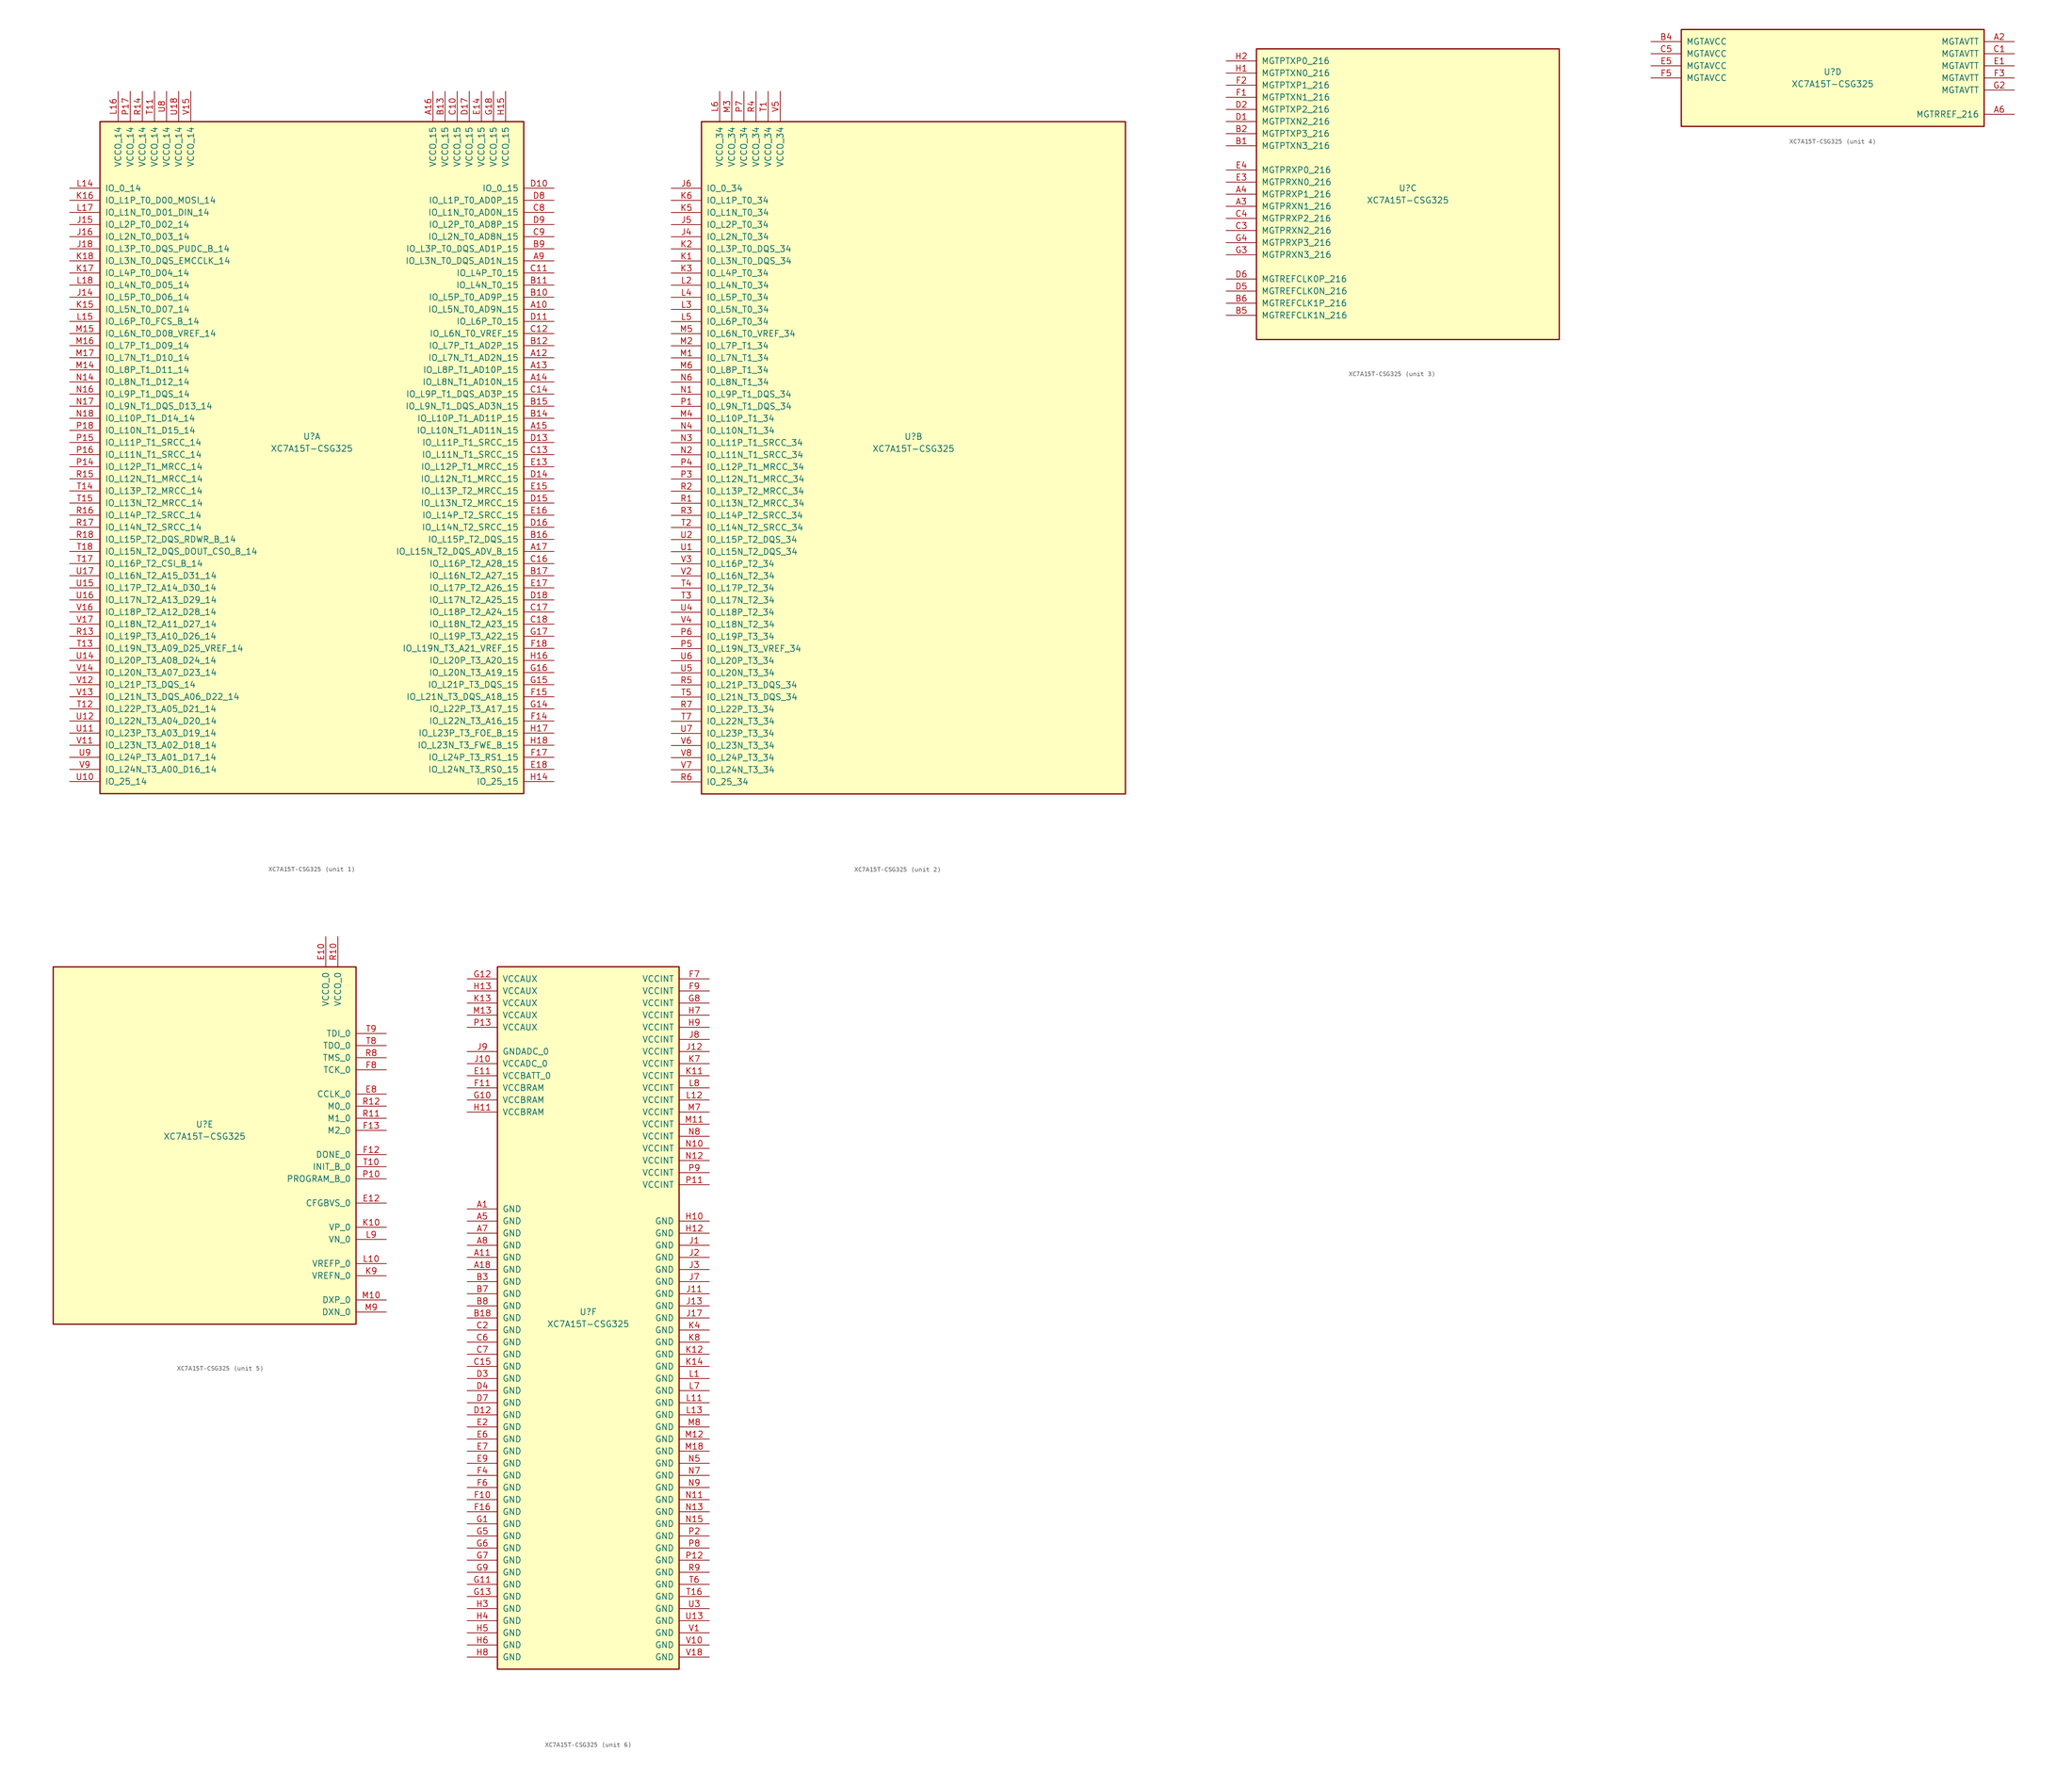
<source format=kicad_sym>
(kicad_symbol_lib
  (version 20231120)
  (generator "kicad_symbol_editor")
  (generator_version "8.0")
  (symbol "XC7A15T-CSG325"
    (pin_names
      (offset 1.016))
    (property "Reference" "U"
      (at 0 1.27 0)
      (effects (font (size 1.27 1.27))))
    (property "Value" "XC7A15T-CSG325"
      (at 0 -1.27 0)
      (effects (font (size 1.27 1.27))))
    (property "Datasheet" ""
      (at 0 0 0)
      (effects (font (size 1.27 1.27))))
    (property "ki_locked" ""
      (at 0 0 0)
      (effects (font (size 1.27 1.27))))
    (symbol "XC7A15T-CSG325_1_1"
      (rectangle (start -44.45 67.31) (end 44.45 -73.66) (stroke (width 0.254) (type default)) (fill (type background)))
      (pin bidirectional line (at 50.8 27.94 180) (length 6.35) (name "IO_L5N_T0_AD9N_15" (effects (font (size 1.27 1.27)))) (number "A10" (effects (font (size 1.27 1.27)))))
      (pin bidirectional line (at 50.8 17.78 180) (length 6.35) (name "IO_L7N_T1_AD2N_15" (effects (font (size 1.27 1.27)))) (number "A12" (effects (font (size 1.27 1.27)))))
      (pin bidirectional line (at 50.8 15.24 180) (length 6.35) (name "IO_L8P_T1_AD10P_15" (effects (font (size 1.27 1.27)))) (number "A13" (effects (font (size 1.27 1.27)))))
      (pin bidirectional line (at 50.8 12.7 180) (length 6.35) (name "IO_L8N_T1_AD10N_15" (effects (font (size 1.27 1.27)))) (number "A14" (effects (font (size 1.27 1.27)))))
      (pin bidirectional line (at 50.8 2.54 180) (length 6.35) (name "IO_L10N_T1_AD11N_15" (effects (font (size 1.27 1.27)))) (number "A15" (effects (font (size 1.27 1.27)))))
      (pin power_in line (at 25.4 73.66 270) (length 6.35) (name "VCCO_15" (effects (font (size 1.27 1.27)))) (number "A16" (effects (font (size 1.27 1.27)))))
      (pin bidirectional line (at 50.8 -22.86 180) (length 6.35) (name "IO_L15N_T2_DQS_ADV_B_15" (effects (font (size 1.27 1.27)))) (number "A17" (effects (font (size 1.27 1.27)))))
      (pin bidirectional line (at 50.8 38.1 180) (length 6.35) (name "IO_L3N_T0_DQS_AD1N_15" (effects (font (size 1.27 1.27)))) (number "A9" (effects (font (size 1.27 1.27)))))
      (pin bidirectional line (at 50.8 30.48 180) (length 6.35) (name "IO_L5P_T0_AD9P_15" (effects (font (size 1.27 1.27)))) (number "B10" (effects (font (size 1.27 1.27)))))
      (pin bidirectional line (at 50.8 33.02 180) (length 6.35) (name "IO_L4N_T0_15" (effects (font (size 1.27 1.27)))) (number "B11" (effects (font (size 1.27 1.27)))))
      (pin bidirectional line (at 50.8 20.32 180) (length 6.35) (name "IO_L7P_T1_AD2P_15" (effects (font (size 1.27 1.27)))) (number "B12" (effects (font (size 1.27 1.27)))))
      (pin power_in line (at 27.94 73.66 270) (length 6.35) (name "VCCO_15" (effects (font (size 1.27 1.27)))) (number "B13" (effects (font (size 1.27 1.27)))))
      (pin bidirectional line (at 50.8 5.08 180) (length 6.35) (name "IO_L10P_T1_AD11P_15" (effects (font (size 1.27 1.27)))) (number "B14" (effects (font (size 1.27 1.27)))))
      (pin bidirectional line (at 50.8 7.62 180) (length 6.35) (name "IO_L9N_T1_DQS_AD3N_15" (effects (font (size 1.27 1.27)))) (number "B15" (effects (font (size 1.27 1.27)))))
      (pin bidirectional line (at 50.8 -20.32 180) (length 6.35) (name "IO_L15P_T2_DQS_15" (effects (font (size 1.27 1.27)))) (number "B16" (effects (font (size 1.27 1.27)))))
      (pin bidirectional line (at 50.8 -27.94 180) (length 6.35) (name "IO_L16N_T2_A27_15" (effects (font (size 1.27 1.27)))) (number "B17" (effects (font (size 1.27 1.27)))))
      (pin bidirectional line (at 50.8 40.64 180) (length 6.35) (name "IO_L3P_T0_DQS_AD1P_15" (effects (font (size 1.27 1.27)))) (number "B9" (effects (font (size 1.27 1.27)))))
      (pin power_in line (at 30.48 73.66 270) (length 6.35) (name "VCCO_15" (effects (font (size 1.27 1.27)))) (number "C10" (effects (font (size 1.27 1.27)))))
      (pin bidirectional line (at 50.8 35.56 180) (length 6.35) (name "IO_L4P_T0_15" (effects (font (size 1.27 1.27)))) (number "C11" (effects (font (size 1.27 1.27)))))
      (pin bidirectional line (at 50.8 22.86 180) (length 6.35) (name "IO_L6N_T0_VREF_15" (effects (font (size 1.27 1.27)))) (number "C12" (effects (font (size 1.27 1.27)))))
      (pin bidirectional line (at 50.8 -2.54 180) (length 6.35) (name "IO_L11N_T1_SRCC_15" (effects (font (size 1.27 1.27)))) (number "C13" (effects (font (size 1.27 1.27)))))
      (pin bidirectional line (at 50.8 10.16 180) (length 6.35) (name "IO_L9P_T1_DQS_AD3P_15" (effects (font (size 1.27 1.27)))) (number "C14" (effects (font (size 1.27 1.27)))))
      (pin bidirectional line (at 50.8 -25.4 180) (length 6.35) (name "IO_L16P_T2_A28_15" (effects (font (size 1.27 1.27)))) (number "C16" (effects (font (size 1.27 1.27)))))
      (pin bidirectional line (at 50.8 -35.56 180) (length 6.35) (name "IO_L18P_T2_A24_15" (effects (font (size 1.27 1.27)))) (number "C17" (effects (font (size 1.27 1.27)))))
      (pin bidirectional line (at 50.8 -38.1 180) (length 6.35) (name "IO_L18N_T2_A23_15" (effects (font (size 1.27 1.27)))) (number "C18" (effects (font (size 1.27 1.27)))))
      (pin bidirectional line (at 50.8 48.26 180) (length 6.35) (name "IO_L1N_T0_AD0N_15" (effects (font (size 1.27 1.27)))) (number "C8" (effects (font (size 1.27 1.27)))))
      (pin bidirectional line (at 50.8 43.18 180) (length 6.35) (name "IO_L2N_T0_AD8N_15" (effects (font (size 1.27 1.27)))) (number "C9" (effects (font (size 1.27 1.27)))))
      (pin bidirectional line (at 50.8 53.34 180) (length 6.35) (name "IO_0_15" (effects (font (size 1.27 1.27)))) (number "D10" (effects (font (size 1.27 1.27)))))
      (pin bidirectional line (at 50.8 25.4 180) (length 6.35) (name "IO_L6P_T0_15" (effects (font (size 1.27 1.27)))) (number "D11" (effects (font (size 1.27 1.27)))))
      (pin bidirectional line (at 50.8 0 180) (length 6.35) (name "IO_L11P_T1_SRCC_15" (effects (font (size 1.27 1.27)))) (number "D13" (effects (font (size 1.27 1.27)))))
      (pin bidirectional line (at 50.8 -7.62 180) (length 6.35) (name "IO_L12N_T1_MRCC_15" (effects (font (size 1.27 1.27)))) (number "D14" (effects (font (size 1.27 1.27)))))
      (pin bidirectional line (at 50.8 -12.7 180) (length 6.35) (name "IO_L13N_T2_MRCC_15" (effects (font (size 1.27 1.27)))) (number "D15" (effects (font (size 1.27 1.27)))))
      (pin bidirectional line (at 50.8 -17.78 180) (length 6.35) (name "IO_L14N_T2_SRCC_15" (effects (font (size 1.27 1.27)))) (number "D16" (effects (font (size 1.27 1.27)))))
      (pin power_in line (at 33.02 73.66 270) (length 6.35) (name "VCCO_15" (effects (font (size 1.27 1.27)))) (number "D17" (effects (font (size 1.27 1.27)))))
      (pin bidirectional line (at 50.8 -33.02 180) (length 6.35) (name "IO_L17N_T2_A25_15" (effects (font (size 1.27 1.27)))) (number "D18" (effects (font (size 1.27 1.27)))))
      (pin bidirectional line (at 50.8 50.8 180) (length 6.35) (name "IO_L1P_T0_AD0P_15" (effects (font (size 1.27 1.27)))) (number "D8" (effects (font (size 1.27 1.27)))))
      (pin bidirectional line (at 50.8 45.72 180) (length 6.35) (name "IO_L2P_T0_AD8P_15" (effects (font (size 1.27 1.27)))) (number "D9" (effects (font (size 1.27 1.27)))))
      (pin bidirectional line (at 50.8 -5.08 180) (length 6.35) (name "IO_L12P_T1_MRCC_15" (effects (font (size 1.27 1.27)))) (number "E13" (effects (font (size 1.27 1.27)))))
      (pin power_in line (at 35.56 73.66 270) (length 6.35) (name "VCCO_15" (effects (font (size 1.27 1.27)))) (number "E14" (effects (font (size 1.27 1.27)))))
      (pin bidirectional line (at 50.8 -10.16 180) (length 6.35) (name "IO_L13P_T2_MRCC_15" (effects (font (size 1.27 1.27)))) (number "E15" (effects (font (size 1.27 1.27)))))
      (pin bidirectional line (at 50.8 -15.24 180) (length 6.35) (name "IO_L14P_T2_SRCC_15" (effects (font (size 1.27 1.27)))) (number "E16" (effects (font (size 1.27 1.27)))))
      (pin bidirectional line (at 50.8 -30.48 180) (length 6.35) (name "IO_L17P_T2_A26_15" (effects (font (size 1.27 1.27)))) (number "E17" (effects (font (size 1.27 1.27)))))
      (pin bidirectional line (at 50.8 -68.58 180) (length 6.35) (name "IO_L24N_T3_RS0_15" (effects (font (size 1.27 1.27)))) (number "E18" (effects (font (size 1.27 1.27)))))
      (pin bidirectional line (at 50.8 -58.42 180) (length 6.35) (name "IO_L22N_T3_A16_15" (effects (font (size 1.27 1.27)))) (number "F14" (effects (font (size 1.27 1.27)))))
      (pin bidirectional line (at 50.8 -53.34 180) (length 6.35) (name "IO_L21N_T3_DQS_A18_15" (effects (font (size 1.27 1.27)))) (number "F15" (effects (font (size 1.27 1.27)))))
      (pin bidirectional line (at 50.8 -66.04 180) (length 6.35) (name "IO_L24P_T3_RS1_15" (effects (font (size 1.27 1.27)))) (number "F17" (effects (font (size 1.27 1.27)))))
      (pin bidirectional line (at 50.8 -43.18 180) (length 6.35) (name "IO_L19N_T3_A21_VREF_15" (effects (font (size 1.27 1.27)))) (number "F18" (effects (font (size 1.27 1.27)))))
      (pin bidirectional line (at 50.8 -55.88 180) (length 6.35) (name "IO_L22P_T3_A17_15" (effects (font (size 1.27 1.27)))) (number "G14" (effects (font (size 1.27 1.27)))))
      (pin bidirectional line (at 50.8 -50.8 180) (length 6.35) (name "IO_L21P_T3_DQS_15" (effects (font (size 1.27 1.27)))) (number "G15" (effects (font (size 1.27 1.27)))))
      (pin bidirectional line (at 50.8 -48.26 180) (length 6.35) (name "IO_L20N_T3_A19_15" (effects (font (size 1.27 1.27)))) (number "G16" (effects (font (size 1.27 1.27)))))
      (pin bidirectional line (at 50.8 -40.64 180) (length 6.35) (name "IO_L19P_T3_A22_15" (effects (font (size 1.27 1.27)))) (number "G17" (effects (font (size 1.27 1.27)))))
      (pin power_in line (at 38.1 73.66 270) (length 6.35) (name "VCCO_15" (effects (font (size 1.27 1.27)))) (number "G18" (effects (font (size 1.27 1.27)))))
      (pin bidirectional line (at 50.8 -71.12 180) (length 6.35) (name "IO_25_15" (effects (font (size 1.27 1.27)))) (number "H14" (effects (font (size 1.27 1.27)))))
      (pin power_in line (at 40.64 73.66 270) (length 6.35) (name "VCCO_15" (effects (font (size 1.27 1.27)))) (number "H15" (effects (font (size 1.27 1.27)))))
      (pin bidirectional line (at 50.8 -45.72 180) (length 6.35) (name "IO_L20P_T3_A20_15" (effects (font (size 1.27 1.27)))) (number "H16" (effects (font (size 1.27 1.27)))))
      (pin bidirectional line (at 50.8 -60.96 180) (length 6.35) (name "IO_L23P_T3_FOE_B_15" (effects (font (size 1.27 1.27)))) (number "H17" (effects (font (size 1.27 1.27)))))
      (pin bidirectional line (at 50.8 -63.5 180) (length 6.35) (name "IO_L23N_T3_FWE_B_15" (effects (font (size 1.27 1.27)))) (number "H18" (effects (font (size 1.27 1.27)))))
      (pin bidirectional line (at -50.8 30.48 0) (length 6.35) (name "IO_L5P_T0_D06_14" (effects (font (size 1.27 1.27)))) (number "J14" (effects (font (size 1.27 1.27)))))
      (pin bidirectional line (at -50.8 45.72 0) (length 6.35) (name "IO_L2P_T0_D02_14" (effects (font (size 1.27 1.27)))) (number "J15" (effects (font (size 1.27 1.27)))))
      (pin bidirectional line (at -50.8 43.18 0) (length 6.35) (name "IO_L2N_T0_D03_14" (effects (font (size 1.27 1.27)))) (number "J16" (effects (font (size 1.27 1.27)))))
      (pin bidirectional line (at -50.8 40.64 0) (length 6.35) (name "IO_L3P_T0_DQS_PUDC_B_14" (effects (font (size 1.27 1.27)))) (number "J18" (effects (font (size 1.27 1.27)))))
      (pin bidirectional line (at -50.8 27.94 0) (length 6.35) (name "IO_L5N_T0_D07_14" (effects (font (size 1.27 1.27)))) (number "K15" (effects (font (size 1.27 1.27)))))
      (pin bidirectional line (at -50.8 50.8 0) (length 6.35) (name "IO_L1P_T0_D00_MOSI_14" (effects (font (size 1.27 1.27)))) (number "K16" (effects (font (size 1.27 1.27)))))
      (pin bidirectional line (at -50.8 35.56 0) (length 6.35) (name "IO_L4P_T0_D04_14" (effects (font (size 1.27 1.27)))) (number "K17" (effects (font (size 1.27 1.27)))))
      (pin bidirectional line (at -50.8 38.1 0) (length 6.35) (name "IO_L3N_T0_DQS_EMCCLK_14" (effects (font (size 1.27 1.27)))) (number "K18" (effects (font (size 1.27 1.27)))))
      (pin bidirectional line (at -50.8 53.34 0) (length 6.35) (name "IO_0_14" (effects (font (size 1.27 1.27)))) (number "L14" (effects (font (size 1.27 1.27)))))
      (pin bidirectional line (at -50.8 25.4 0) (length 6.35) (name "IO_L6P_T0_FCS_B_14" (effects (font (size 1.27 1.27)))) (number "L15" (effects (font (size 1.27 1.27)))))
      (pin power_in line (at -40.64 73.66 270) (length 6.35) (name "VCCO_14" (effects (font (size 1.27 1.27)))) (number "L16" (effects (font (size 1.27 1.27)))))
      (pin bidirectional line (at -50.8 48.26 0) (length 6.35) (name "IO_L1N_T0_D01_DIN_14" (effects (font (size 1.27 1.27)))) (number "L17" (effects (font (size 1.27 1.27)))))
      (pin bidirectional line (at -50.8 33.02 0) (length 6.35) (name "IO_L4N_T0_D05_14" (effects (font (size 1.27 1.27)))) (number "L18" (effects (font (size 1.27 1.27)))))
      (pin bidirectional line (at -50.8 15.24 0) (length 6.35) (name "IO_L8P_T1_D11_14" (effects (font (size 1.27 1.27)))) (number "M14" (effects (font (size 1.27 1.27)))))
      (pin bidirectional line (at -50.8 22.86 0) (length 6.35) (name "IO_L6N_T0_D08_VREF_14" (effects (font (size 1.27 1.27)))) (number "M15" (effects (font (size 1.27 1.27)))))
      (pin bidirectional line (at -50.8 20.32 0) (length 6.35) (name "IO_L7P_T1_D09_14" (effects (font (size 1.27 1.27)))) (number "M16" (effects (font (size 1.27 1.27)))))
      (pin bidirectional line (at -50.8 17.78 0) (length 6.35) (name "IO_L7N_T1_D10_14" (effects (font (size 1.27 1.27)))) (number "M17" (effects (font (size 1.27 1.27)))))
      (pin bidirectional line (at -50.8 12.7 0) (length 6.35) (name "IO_L8N_T1_D12_14" (effects (font (size 1.27 1.27)))) (number "N14" (effects (font (size 1.27 1.27)))))
      (pin bidirectional line (at -50.8 10.16 0) (length 6.35) (name "IO_L9P_T1_DQS_14" (effects (font (size 1.27 1.27)))) (number "N16" (effects (font (size 1.27 1.27)))))
      (pin bidirectional line (at -50.8 7.62 0) (length 6.35) (name "IO_L9N_T1_DQS_D13_14" (effects (font (size 1.27 1.27)))) (number "N17" (effects (font (size 1.27 1.27)))))
      (pin bidirectional line (at -50.8 5.08 0) (length 6.35) (name "IO_L10P_T1_D14_14" (effects (font (size 1.27 1.27)))) (number "N18" (effects (font (size 1.27 1.27)))))
      (pin bidirectional line (at -50.8 -5.08 0) (length 6.35) (name "IO_L12P_T1_MRCC_14" (effects (font (size 1.27 1.27)))) (number "P14" (effects (font (size 1.27 1.27)))))
      (pin bidirectional line (at -50.8 0 0) (length 6.35) (name "IO_L11P_T1_SRCC_14" (effects (font (size 1.27 1.27)))) (number "P15" (effects (font (size 1.27 1.27)))))
      (pin bidirectional line (at -50.8 -2.54 0) (length 6.35) (name "IO_L11N_T1_SRCC_14" (effects (font (size 1.27 1.27)))) (number "P16" (effects (font (size 1.27 1.27)))))
      (pin power_in line (at -38.1 73.66 270) (length 6.35) (name "VCCO_14" (effects (font (size 1.27 1.27)))) (number "P17" (effects (font (size 1.27 1.27)))))
      (pin bidirectional line (at -50.8 2.54 0) (length 6.35) (name "IO_L10N_T1_D15_14" (effects (font (size 1.27 1.27)))) (number "P18" (effects (font (size 1.27 1.27)))))
      (pin bidirectional line (at -50.8 -40.64 0) (length 6.35) (name "IO_L19P_T3_A10_D26_14" (effects (font (size 1.27 1.27)))) (number "R13" (effects (font (size 1.27 1.27)))))
      (pin power_in line (at -35.56 73.66 270) (length 6.35) (name "VCCO_14" (effects (font (size 1.27 1.27)))) (number "R14" (effects (font (size 1.27 1.27)))))
      (pin bidirectional line (at -50.8 -7.62 0) (length 6.35) (name "IO_L12N_T1_MRCC_14" (effects (font (size 1.27 1.27)))) (number "R15" (effects (font (size 1.27 1.27)))))
      (pin bidirectional line (at -50.8 -15.24 0) (length 6.35) (name "IO_L14P_T2_SRCC_14" (effects (font (size 1.27 1.27)))) (number "R16" (effects (font (size 1.27 1.27)))))
      (pin bidirectional line (at -50.8 -17.78 0) (length 6.35) (name "IO_L14N_T2_SRCC_14" (effects (font (size 1.27 1.27)))) (number "R17" (effects (font (size 1.27 1.27)))))
      (pin bidirectional line (at -50.8 -20.32 0) (length 6.35) (name "IO_L15P_T2_DQS_RDWR_B_14" (effects (font (size 1.27 1.27)))) (number "R18" (effects (font (size 1.27 1.27)))))
      (pin power_in line (at -33.02 73.66 270) (length 6.35) (name "VCCO_14" (effects (font (size 1.27 1.27)))) (number "T11" (effects (font (size 1.27 1.27)))))
      (pin bidirectional line (at -50.8 -55.88 0) (length 6.35) (name "IO_L22P_T3_A05_D21_14" (effects (font (size 1.27 1.27)))) (number "T12" (effects (font (size 1.27 1.27)))))
      (pin bidirectional line (at -50.8 -43.18 0) (length 6.35) (name "IO_L19N_T3_A09_D25_VREF_14" (effects (font (size 1.27 1.27)))) (number "T13" (effects (font (size 1.27 1.27)))))
      (pin bidirectional line (at -50.8 -10.16 0) (length 6.35) (name "IO_L13P_T2_MRCC_14" (effects (font (size 1.27 1.27)))) (number "T14" (effects (font (size 1.27 1.27)))))
      (pin bidirectional line (at -50.8 -12.7 0) (length 6.35) (name "IO_L13N_T2_MRCC_14" (effects (font (size 1.27 1.27)))) (number "T15" (effects (font (size 1.27 1.27)))))
      (pin bidirectional line (at -50.8 -25.4 0) (length 6.35) (name "IO_L16P_T2_CSI_B_14" (effects (font (size 1.27 1.27)))) (number "T17" (effects (font (size 1.27 1.27)))))
      (pin bidirectional line (at -50.8 -22.86 0) (length 6.35) (name "IO_L15N_T2_DQS_DOUT_CSO_B_14" (effects (font (size 1.27 1.27)))) (number "T18" (effects (font (size 1.27 1.27)))))
      (pin bidirectional line (at -50.8 -71.12 0) (length 6.35) (name "IO_25_14" (effects (font (size 1.27 1.27)))) (number "U10" (effects (font (size 1.27 1.27)))))
      (pin bidirectional line (at -50.8 -60.96 0) (length 6.35) (name "IO_L23P_T3_A03_D19_14" (effects (font (size 1.27 1.27)))) (number "U11" (effects (font (size 1.27 1.27)))))
      (pin bidirectional line (at -50.8 -58.42 0) (length 6.35) (name "IO_L22N_T3_A04_D20_14" (effects (font (size 1.27 1.27)))) (number "U12" (effects (font (size 1.27 1.27)))))
      (pin bidirectional line (at -50.8 -45.72 0) (length 6.35) (name "IO_L20P_T3_A08_D24_14" (effects (font (size 1.27 1.27)))) (number "U14" (effects (font (size 1.27 1.27)))))
      (pin bidirectional line (at -50.8 -30.48 0) (length 6.35) (name "IO_L17P_T2_A14_D30_14" (effects (font (size 1.27 1.27)))) (number "U15" (effects (font (size 1.27 1.27)))))
      (pin bidirectional line (at -50.8 -33.02 0) (length 6.35) (name "IO_L17N_T2_A13_D29_14" (effects (font (size 1.27 1.27)))) (number "U16" (effects (font (size 1.27 1.27)))))
      (pin bidirectional line (at -50.8 -27.94 0) (length 6.35) (name "IO_L16N_T2_A15_D31_14" (effects (font (size 1.27 1.27)))) (number "U17" (effects (font (size 1.27 1.27)))))
      (pin power_in line (at -27.94 73.66 270) (length 6.35) (name "VCCO_14" (effects (font (size 1.27 1.27)))) (number "U18" (effects (font (size 1.27 1.27)))))
      (pin power_in line (at -30.48 73.66 270) (length 6.35) (name "VCCO_14" (effects (font (size 1.27 1.27)))) (number "U8" (effects (font (size 1.27 1.27)))))
      (pin bidirectional line (at -50.8 -66.04 0) (length 6.35) (name "IO_L24P_T3_A01_D17_14" (effects (font (size 1.27 1.27)))) (number "U9" (effects (font (size 1.27 1.27)))))
      (pin bidirectional line (at -50.8 -63.5 0) (length 6.35) (name "IO_L23N_T3_A02_D18_14" (effects (font (size 1.27 1.27)))) (number "V11" (effects (font (size 1.27 1.27)))))
      (pin bidirectional line (at -50.8 -50.8 0) (length 6.35) (name "IO_L21P_T3_DQS_14" (effects (font (size 1.27 1.27)))) (number "V12" (effects (font (size 1.27 1.27)))))
      (pin bidirectional line (at -50.8 -53.34 0) (length 6.35) (name "IO_L21N_T3_DQS_A06_D22_14" (effects (font (size 1.27 1.27)))) (number "V13" (effects (font (size 1.27 1.27)))))
      (pin bidirectional line (at -50.8 -48.26 0) (length 6.35) (name "IO_L20N_T3_A07_D23_14" (effects (font (size 1.27 1.27)))) (number "V14" (effects (font (size 1.27 1.27)))))
      (pin power_in line (at -25.4 73.66 270) (length 6.35) (name "VCCO_14" (effects (font (size 1.27 1.27)))) (number "V15" (effects (font (size 1.27 1.27)))))
      (pin bidirectional line (at -50.8 -35.56 0) (length 6.35) (name "IO_L18P_T2_A12_D28_14" (effects (font (size 1.27 1.27)))) (number "V16" (effects (font (size 1.27 1.27)))))
      (pin bidirectional line (at -50.8 -38.1 0) (length 6.35) (name "IO_L18N_T2_A11_D27_14" (effects (font (size 1.27 1.27)))) (number "V17" (effects (font (size 1.27 1.27)))))
      (pin bidirectional line (at -50.8 -68.58 0) (length 6.35) (name "IO_L24N_T3_A00_D16_14" (effects (font (size 1.27 1.27)))) (number "V9" (effects (font (size 1.27 1.27))))))
    (symbol "XC7A15T-CSG325_2_1"
      (rectangle (start -44.45 67.31) (end 44.45 -73.66) (stroke (width 0.254) (type default)) (fill (type background)))
      (pin bidirectional line (at -50.8 43.18 0) (length 6.35) (name "IO_L2N_T0_34" (effects (font (size 1.27 1.27)))) (number "J4" (effects (font (size 1.27 1.27)))))
      (pin bidirectional line (at -50.8 45.72 0) (length 6.35) (name "IO_L2P_T0_34" (effects (font (size 1.27 1.27)))) (number "J5" (effects (font (size 1.27 1.27)))))
      (pin bidirectional line (at -50.8 53.34 0) (length 6.35) (name "IO_0_34" (effects (font (size 1.27 1.27)))) (number "J6" (effects (font (size 1.27 1.27)))))
      (pin bidirectional line (at -50.8 38.1 0) (length 6.35) (name "IO_L3N_T0_DQS_34" (effects (font (size 1.27 1.27)))) (number "K1" (effects (font (size 1.27 1.27)))))
      (pin bidirectional line (at -50.8 40.64 0) (length 6.35) (name "IO_L3P_T0_DQS_34" (effects (font (size 1.27 1.27)))) (number "K2" (effects (font (size 1.27 1.27)))))
      (pin bidirectional line (at -50.8 35.56 0) (length 6.35) (name "IO_L4P_T0_34" (effects (font (size 1.27 1.27)))) (number "K3" (effects (font (size 1.27 1.27)))))
      (pin bidirectional line (at -50.8 48.26 0) (length 6.35) (name "IO_L1N_T0_34" (effects (font (size 1.27 1.27)))) (number "K5" (effects (font (size 1.27 1.27)))))
      (pin bidirectional line (at -50.8 50.8 0) (length 6.35) (name "IO_L1P_T0_34" (effects (font (size 1.27 1.27)))) (number "K6" (effects (font (size 1.27 1.27)))))
      (pin bidirectional line (at -50.8 33.02 0) (length 6.35) (name "IO_L4N_T0_34" (effects (font (size 1.27 1.27)))) (number "L2" (effects (font (size 1.27 1.27)))))
      (pin bidirectional line (at -50.8 27.94 0) (length 6.35) (name "IO_L5N_T0_34" (effects (font (size 1.27 1.27)))) (number "L3" (effects (font (size 1.27 1.27)))))
      (pin bidirectional line (at -50.8 30.48 0) (length 6.35) (name "IO_L5P_T0_34" (effects (font (size 1.27 1.27)))) (number "L4" (effects (font (size 1.27 1.27)))))
      (pin bidirectional line (at -50.8 25.4 0) (length 6.35) (name "IO_L6P_T0_34" (effects (font (size 1.27 1.27)))) (number "L5" (effects (font (size 1.27 1.27)))))
      (pin power_in line (at -40.64 73.66 270) (length 6.35) (name "VCCO_34" (effects (font (size 1.27 1.27)))) (number "L6" (effects (font (size 1.27 1.27)))))
      (pin bidirectional line (at -50.8 17.78 0) (length 6.35) (name "IO_L7N_T1_34" (effects (font (size 1.27 1.27)))) (number "M1" (effects (font (size 1.27 1.27)))))
      (pin bidirectional line (at -50.8 20.32 0) (length 6.35) (name "IO_L7P_T1_34" (effects (font (size 1.27 1.27)))) (number "M2" (effects (font (size 1.27 1.27)))))
      (pin power_in line (at -38.1 73.66 270) (length 6.35) (name "VCCO_34" (effects (font (size 1.27 1.27)))) (number "M3" (effects (font (size 1.27 1.27)))))
      (pin bidirectional line (at -50.8 5.08 0) (length 6.35) (name "IO_L10P_T1_34" (effects (font (size 1.27 1.27)))) (number "M4" (effects (font (size 1.27 1.27)))))
      (pin bidirectional line (at -50.8 22.86 0) (length 6.35) (name "IO_L6N_T0_VREF_34" (effects (font (size 1.27 1.27)))) (number "M5" (effects (font (size 1.27 1.27)))))
      (pin bidirectional line (at -50.8 15.24 0) (length 6.35) (name "IO_L8P_T1_34" (effects (font (size 1.27 1.27)))) (number "M6" (effects (font (size 1.27 1.27)))))
      (pin bidirectional line (at -50.8 10.16 0) (length 6.35) (name "IO_L9P_T1_DQS_34" (effects (font (size 1.27 1.27)))) (number "N1" (effects (font (size 1.27 1.27)))))
      (pin bidirectional line (at -50.8 -2.54 0) (length 6.35) (name "IO_L11N_T1_SRCC_34" (effects (font (size 1.27 1.27)))) (number "N2" (effects (font (size 1.27 1.27)))))
      (pin bidirectional line (at -50.8 0 0) (length 6.35) (name "IO_L11P_T1_SRCC_34" (effects (font (size 1.27 1.27)))) (number "N3" (effects (font (size 1.27 1.27)))))
      (pin bidirectional line (at -50.8 2.54 0) (length 6.35) (name "IO_L10N_T1_34" (effects (font (size 1.27 1.27)))) (number "N4" (effects (font (size 1.27 1.27)))))
      (pin bidirectional line (at -50.8 12.7 0) (length 6.35) (name "IO_L8N_T1_34" (effects (font (size 1.27 1.27)))) (number "N6" (effects (font (size 1.27 1.27)))))
      (pin bidirectional line (at -50.8 7.62 0) (length 6.35) (name "IO_L9N_T1_DQS_34" (effects (font (size 1.27 1.27)))) (number "P1" (effects (font (size 1.27 1.27)))))
      (pin bidirectional line (at -50.8 -7.62 0) (length 6.35) (name "IO_L12N_T1_MRCC_34" (effects (font (size 1.27 1.27)))) (number "P3" (effects (font (size 1.27 1.27)))))
      (pin bidirectional line (at -50.8 -5.08 0) (length 6.35) (name "IO_L12P_T1_MRCC_34" (effects (font (size 1.27 1.27)))) (number "P4" (effects (font (size 1.27 1.27)))))
      (pin bidirectional line (at -50.8 -43.18 0) (length 6.35) (name "IO_L19N_T3_VREF_34" (effects (font (size 1.27 1.27)))) (number "P5" (effects (font (size 1.27 1.27)))))
      (pin bidirectional line (at -50.8 -40.64 0) (length 6.35) (name "IO_L19P_T3_34" (effects (font (size 1.27 1.27)))) (number "P6" (effects (font (size 1.27 1.27)))))
      (pin power_in line (at -35.56 73.66 270) (length 6.35) (name "VCCO_34" (effects (font (size 1.27 1.27)))) (number "P7" (effects (font (size 1.27 1.27)))))
      (pin bidirectional line (at -50.8 -12.7 0) (length 6.35) (name "IO_L13N_T2_MRCC_34" (effects (font (size 1.27 1.27)))) (number "R1" (effects (font (size 1.27 1.27)))))
      (pin bidirectional line (at -50.8 -10.16 0) (length 6.35) (name "IO_L13P_T2_MRCC_34" (effects (font (size 1.27 1.27)))) (number "R2" (effects (font (size 1.27 1.27)))))
      (pin bidirectional line (at -50.8 -15.24 0) (length 6.35) (name "IO_L14P_T2_SRCC_34" (effects (font (size 1.27 1.27)))) (number "R3" (effects (font (size 1.27 1.27)))))
      (pin power_in line (at -33.02 73.66 270) (length 6.35) (name "VCCO_34" (effects (font (size 1.27 1.27)))) (number "R4" (effects (font (size 1.27 1.27)))))
      (pin bidirectional line (at -50.8 -50.8 0) (length 6.35) (name "IO_L21P_T3_DQS_34" (effects (font (size 1.27 1.27)))) (number "R5" (effects (font (size 1.27 1.27)))))
      (pin bidirectional line (at -50.8 -71.12 0) (length 6.35) (name "IO_25_34" (effects (font (size 1.27 1.27)))) (number "R6" (effects (font (size 1.27 1.27)))))
      (pin bidirectional line (at -50.8 -55.88 0) (length 6.35) (name "IO_L22P_T3_34" (effects (font (size 1.27 1.27)))) (number "R7" (effects (font (size 1.27 1.27)))))
      (pin power_in line (at -30.48 73.66 270) (length 6.35) (name "VCCO_34" (effects (font (size 1.27 1.27)))) (number "T1" (effects (font (size 1.27 1.27)))))
      (pin bidirectional line (at -50.8 -17.78 0) (length 6.35) (name "IO_L14N_T2_SRCC_34" (effects (font (size 1.27 1.27)))) (number "T2" (effects (font (size 1.27 1.27)))))
      (pin bidirectional line (at -50.8 -33.02 0) (length 6.35) (name "IO_L17N_T2_34" (effects (font (size 1.27 1.27)))) (number "T3" (effects (font (size 1.27 1.27)))))
      (pin bidirectional line (at -50.8 -30.48 0) (length 6.35) (name "IO_L17P_T2_34" (effects (font (size 1.27 1.27)))) (number "T4" (effects (font (size 1.27 1.27)))))
      (pin bidirectional line (at -50.8 -53.34 0) (length 6.35) (name "IO_L21N_T3_DQS_34" (effects (font (size 1.27 1.27)))) (number "T5" (effects (font (size 1.27 1.27)))))
      (pin bidirectional line (at -50.8 -58.42 0) (length 6.35) (name "IO_L22N_T3_34" (effects (font (size 1.27 1.27)))) (number "T7" (effects (font (size 1.27 1.27)))))
      (pin bidirectional line (at -50.8 -22.86 0) (length 6.35) (name "IO_L15N_T2_DQS_34" (effects (font (size 1.27 1.27)))) (number "U1" (effects (font (size 1.27 1.27)))))
      (pin bidirectional line (at -50.8 -20.32 0) (length 6.35) (name "IO_L15P_T2_DQS_34" (effects (font (size 1.27 1.27)))) (number "U2" (effects (font (size 1.27 1.27)))))
      (pin bidirectional line (at -50.8 -35.56 0) (length 6.35) (name "IO_L18P_T2_34" (effects (font (size 1.27 1.27)))) (number "U4" (effects (font (size 1.27 1.27)))))
      (pin bidirectional line (at -50.8 -48.26 0) (length 6.35) (name "IO_L20N_T3_34" (effects (font (size 1.27 1.27)))) (number "U5" (effects (font (size 1.27 1.27)))))
      (pin bidirectional line (at -50.8 -45.72 0) (length 6.35) (name "IO_L20P_T3_34" (effects (font (size 1.27 1.27)))) (number "U6" (effects (font (size 1.27 1.27)))))
      (pin bidirectional line (at -50.8 -60.96 0) (length 6.35) (name "IO_L23P_T3_34" (effects (font (size 1.27 1.27)))) (number "U7" (effects (font (size 1.27 1.27)))))
      (pin bidirectional line (at -50.8 -27.94 0) (length 6.35) (name "IO_L16N_T2_34" (effects (font (size 1.27 1.27)))) (number "V2" (effects (font (size 1.27 1.27)))))
      (pin bidirectional line (at -50.8 -25.4 0) (length 6.35) (name "IO_L16P_T2_34" (effects (font (size 1.27 1.27)))) (number "V3" (effects (font (size 1.27 1.27)))))
      (pin bidirectional line (at -50.8 -38.1 0) (length 6.35) (name "IO_L18N_T2_34" (effects (font (size 1.27 1.27)))) (number "V4" (effects (font (size 1.27 1.27)))))
      (pin power_in line (at -27.94 73.66 270) (length 6.35) (name "VCCO_34" (effects (font (size 1.27 1.27)))) (number "V5" (effects (font (size 1.27 1.27)))))
      (pin bidirectional line (at -50.8 -63.5 0) (length 6.35) (name "IO_L23N_T3_34" (effects (font (size 1.27 1.27)))) (number "V6" (effects (font (size 1.27 1.27)))))
      (pin bidirectional line (at -50.8 -68.58 0) (length 6.35) (name "IO_L24N_T3_34" (effects (font (size 1.27 1.27)))) (number "V7" (effects (font (size 1.27 1.27)))))
      (pin bidirectional line (at -50.8 -66.04 0) (length 6.35) (name "IO_L24P_T3_34" (effects (font (size 1.27 1.27)))) (number "V8" (effects (font (size 1.27 1.27))))))
    (symbol "XC7A15T-CSG325_3_1"
      (rectangle (start -31.75 30.48) (end 31.75 -30.48) (stroke (width 0.254) (type default)) (fill (type background)))
      (pin bidirectional line (at -38.1 -2.54 0) (length 6.35) (name "MGTPRXN1_216" (effects (font (size 1.27 1.27)))) (number "A3" (effects (font (size 1.27 1.27)))))
      (pin bidirectional line (at -38.1 0 0) (length 6.35) (name "MGTPRXP1_216" (effects (font (size 1.27 1.27)))) (number "A4" (effects (font (size 1.27 1.27)))))
      (pin bidirectional line (at -38.1 10.16 0) (length 6.35) (name "MGTPTXN3_216" (effects (font (size 1.27 1.27)))) (number "B1" (effects (font (size 1.27 1.27)))))
      (pin bidirectional line (at -38.1 12.7 0) (length 6.35) (name "MGTPTXP3_216" (effects (font (size 1.27 1.27)))) (number "B2" (effects (font (size 1.27 1.27)))))
      (pin bidirectional line (at -38.1 -25.4 0) (length 6.35) (name "MGTREFCLK1N_216" (effects (font (size 1.27 1.27)))) (number "B5" (effects (font (size 1.27 1.27)))))
      (pin bidirectional line (at -38.1 -22.86 0) (length 6.35) (name "MGTREFCLK1P_216" (effects (font (size 1.27 1.27)))) (number "B6" (effects (font (size 1.27 1.27)))))
      (pin bidirectional line (at -38.1 -7.62 0) (length 6.35) (name "MGTPRXN2_216" (effects (font (size 1.27 1.27)))) (number "C3" (effects (font (size 1.27 1.27)))))
      (pin bidirectional line (at -38.1 -5.08 0) (length 6.35) (name "MGTPRXP2_216" (effects (font (size 1.27 1.27)))) (number "C4" (effects (font (size 1.27 1.27)))))
      (pin bidirectional line (at -38.1 15.24 0) (length 6.35) (name "MGTPTXN2_216" (effects (font (size 1.27 1.27)))) (number "D1" (effects (font (size 1.27 1.27)))))
      (pin bidirectional line (at -38.1 17.78 0) (length 6.35) (name "MGTPTXP2_216" (effects (font (size 1.27 1.27)))) (number "D2" (effects (font (size 1.27 1.27)))))
      (pin bidirectional line (at -38.1 -20.32 0) (length 6.35) (name "MGTREFCLK0N_216" (effects (font (size 1.27 1.27)))) (number "D5" (effects (font (size 1.27 1.27)))))
      (pin bidirectional line (at -38.1 -17.78 0) (length 6.35) (name "MGTREFCLK0P_216" (effects (font (size 1.27 1.27)))) (number "D6" (effects (font (size 1.27 1.27)))))
      (pin bidirectional line (at -38.1 2.54 0) (length 6.35) (name "MGTPRXN0_216" (effects (font (size 1.27 1.27)))) (number "E3" (effects (font (size 1.27 1.27)))))
      (pin bidirectional line (at -38.1 5.08 0) (length 6.35) (name "MGTPRXP0_216" (effects (font (size 1.27 1.27)))) (number "E4" (effects (font (size 1.27 1.27)))))
      (pin bidirectional line (at -38.1 20.32 0) (length 6.35) (name "MGTPTXN1_216" (effects (font (size 1.27 1.27)))) (number "F1" (effects (font (size 1.27 1.27)))))
      (pin bidirectional line (at -38.1 22.86 0) (length 6.35) (name "MGTPTXP1_216" (effects (font (size 1.27 1.27)))) (number "F2" (effects (font (size 1.27 1.27)))))
      (pin bidirectional line (at -38.1 -12.7 0) (length 6.35) (name "MGTPRXN3_216" (effects (font (size 1.27 1.27)))) (number "G3" (effects (font (size 1.27 1.27)))))
      (pin bidirectional line (at -38.1 -10.16 0) (length 6.35) (name "MGTPRXP3_216" (effects (font (size 1.27 1.27)))) (number "G4" (effects (font (size 1.27 1.27)))))
      (pin bidirectional line (at -38.1 25.4 0) (length 6.35) (name "MGTPTXN0_216" (effects (font (size 1.27 1.27)))) (number "H1" (effects (font (size 1.27 1.27)))))
      (pin bidirectional line (at -38.1 27.94 0) (length 6.35) (name "MGTPTXP0_216" (effects (font (size 1.27 1.27)))) (number "H2" (effects (font (size 1.27 1.27))))))
    (symbol "XC7A15T-CSG325_4_1"
      (rectangle (start -31.75 10.16) (end 31.75 -10.16) (stroke (width 0.254) (type default)) (fill (type background)))
      (pin power_in line (at 38.1 7.62 180) (length 6.35) (name "MGTAVTT" (effects (font (size 1.27 1.27)))) (number "A2" (effects (font (size 1.27 1.27)))))
      (pin power_in line (at 38.1 -7.62 180) (length 6.35) (name "MGTRREF_216" (effects (font (size 1.27 1.27)))) (number "A6" (effects (font (size 1.27 1.27)))))
      (pin power_in line (at -38.1 7.62 0) (length 6.35) (name "MGTAVCC" (effects (font (size 1.27 1.27)))) (number "B4" (effects (font (size 1.27 1.27)))))
      (pin power_in line (at 38.1 5.08 180) (length 6.35) (name "MGTAVTT" (effects (font (size 1.27 1.27)))) (number "C1" (effects (font (size 1.27 1.27)))))
      (pin power_in line (at -38.1 5.08 0) (length 6.35) (name "MGTAVCC" (effects (font (size 1.27 1.27)))) (number "C5" (effects (font (size 1.27 1.27)))))
      (pin power_in line (at 38.1 2.54 180) (length 6.35) (name "MGTAVTT" (effects (font (size 1.27 1.27)))) (number "E1" (effects (font (size 1.27 1.27)))))
      (pin power_in line (at -38.1 2.54 0) (length 6.35) (name "MGTAVCC" (effects (font (size 1.27 1.27)))) (number "E5" (effects (font (size 1.27 1.27)))))
      (pin power_in line (at 38.1 0 180) (length 6.35) (name "MGTAVTT" (effects (font (size 1.27 1.27)))) (number "F3" (effects (font (size 1.27 1.27)))))
      (pin power_in line (at -38.1 0 0) (length 6.35) (name "MGTAVCC" (effects (font (size 1.27 1.27)))) (number "F5" (effects (font (size 1.27 1.27)))))
      (pin power_in line (at 38.1 -2.54 180) (length 6.35) (name "MGTAVTT" (effects (font (size 1.27 1.27)))) (number "G2" (effects (font (size 1.27 1.27))))))
    (symbol "XC7A15T-CSG325_5_1"
      (rectangle (start -31.75 34.29) (end 31.75 -40.64) (stroke (width 0.254) (type default)) (fill (type background)))
      (pin power_in line (at 25.4 40.64 270) (length 6.35) (name "VCCO_0" (effects (font (size 1.27 1.27)))) (number "E10" (effects (font (size 1.27 1.27)))))
      (pin bidirectional line (at 38.1 -15.24 180) (length 6.35) (name "CFGBVS_0" (effects (font (size 1.27 1.27)))) (number "E12" (effects (font (size 1.27 1.27)))))
      (pin bidirectional line (at 38.1 7.62 180) (length 6.35) (name "CCLK_0" (effects (font (size 1.27 1.27)))) (number "E8" (effects (font (size 1.27 1.27)))))
      (pin bidirectional line (at 38.1 -5.08 180) (length 6.35) (name "DONE_0" (effects (font (size 1.27 1.27)))) (number "F12" (effects (font (size 1.27 1.27)))))
      (pin bidirectional line (at 38.1 0 180) (length 6.35) (name "M2_0" (effects (font (size 1.27 1.27)))) (number "F13" (effects (font (size 1.27 1.27)))))
      (pin bidirectional line (at 38.1 12.7 180) (length 6.35) (name "TCK_0" (effects (font (size 1.27 1.27)))) (number "F8" (effects (font (size 1.27 1.27)))))
      (pin bidirectional line (at 38.1 -20.32 180) (length 6.35) (name "VP_0" (effects (font (size 1.27 1.27)))) (number "K10" (effects (font (size 1.27 1.27)))))
      (pin bidirectional line (at 38.1 -30.48 180) (length 6.35) (name "VREFN_0" (effects (font (size 1.27 1.27)))) (number "K9" (effects (font (size 1.27 1.27)))))
      (pin bidirectional line (at 38.1 -27.94 180) (length 6.35) (name "VREFP_0" (effects (font (size 1.27 1.27)))) (number "L10" (effects (font (size 1.27 1.27)))))
      (pin bidirectional line (at 38.1 -22.86 180) (length 6.35) (name "VN_0" (effects (font (size 1.27 1.27)))) (number "L9" (effects (font (size 1.27 1.27)))))
      (pin bidirectional line (at 38.1 -35.56 180) (length 6.35) (name "DXP_0" (effects (font (size 1.27 1.27)))) (number "M10" (effects (font (size 1.27 1.27)))))
      (pin bidirectional line (at 38.1 -38.1 180) (length 6.35) (name "DXN_0" (effects (font (size 1.27 1.27)))) (number "M9" (effects (font (size 1.27 1.27)))))
      (pin bidirectional line (at 38.1 -10.16 180) (length 6.35) (name "PROGRAM_B_0" (effects (font (size 1.27 1.27)))) (number "P10" (effects (font (size 1.27 1.27)))))
      (pin power_in line (at 27.94 40.64 270) (length 6.35) (name "VCCO_0" (effects (font (size 1.27 1.27)))) (number "R10" (effects (font (size 1.27 1.27)))))
      (pin bidirectional line (at 38.1 2.54 180) (length 6.35) (name "M1_0" (effects (font (size 1.27 1.27)))) (number "R11" (effects (font (size 1.27 1.27)))))
      (pin bidirectional line (at 38.1 5.08 180) (length 6.35) (name "M0_0" (effects (font (size 1.27 1.27)))) (number "R12" (effects (font (size 1.27 1.27)))))
      (pin bidirectional line (at 38.1 15.24 180) (length 6.35) (name "TMS_0" (effects (font (size 1.27 1.27)))) (number "R8" (effects (font (size 1.27 1.27)))))
      (pin bidirectional line (at 38.1 -7.62 180) (length 6.35) (name "INIT_B_0" (effects (font (size 1.27 1.27)))) (number "T10" (effects (font (size 1.27 1.27)))))
      (pin bidirectional line (at 38.1 17.78 180) (length 6.35) (name "TDO_0" (effects (font (size 1.27 1.27)))) (number "T8" (effects (font (size 1.27 1.27)))))
      (pin bidirectional line (at 38.1 20.32 180) (length 6.35) (name "TDI_0" (effects (font (size 1.27 1.27)))) (number "T9" (effects (font (size 1.27 1.27))))))
    (symbol "XC7A15T-CSG325_6_1"
      (rectangle (start -19.05 73.66) (end 19.05 -73.66) (stroke (width 0.254) (type default)) (fill (type background)))
      (pin power_in line (at -25.4 22.86 0) (length 6.35) (name "GND" (effects (font (size 1.27 1.27)))) (number "A1" (effects (font (size 1.27 1.27)))))
      (pin power_in line (at -25.4 12.7 0) (length 6.35) (name "GND" (effects (font (size 1.27 1.27)))) (number "A11" (effects (font (size 1.27 1.27)))))
      (pin power_in line (at -25.4 10.16 0) (length 6.35) (name "GND" (effects (font (size 1.27 1.27)))) (number "A18" (effects (font (size 1.27 1.27)))))
      (pin power_in line (at -25.4 20.32 0) (length 6.35) (name "GND" (effects (font (size 1.27 1.27)))) (number "A5" (effects (font (size 1.27 1.27)))))
      (pin power_in line (at -25.4 17.78 0) (length 6.35) (name "GND" (effects (font (size 1.27 1.27)))) (number "A7" (effects (font (size 1.27 1.27)))))
      (pin power_in line (at -25.4 15.24 0) (length 6.35) (name "GND" (effects (font (size 1.27 1.27)))) (number "A8" (effects (font (size 1.27 1.27)))))
      (pin power_in line (at -25.4 0 0) (length 6.35) (name "GND" (effects (font (size 1.27 1.27)))) (number "B18" (effects (font (size 1.27 1.27)))))
      (pin power_in line (at -25.4 7.62 0) (length 6.35) (name "GND" (effects (font (size 1.27 1.27)))) (number "B3" (effects (font (size 1.27 1.27)))))
      (pin power_in line (at -25.4 5.08 0) (length 6.35) (name "GND" (effects (font (size 1.27 1.27)))) (number "B7" (effects (font (size 1.27 1.27)))))
      (pin power_in line (at -25.4 2.54 0) (length 6.35) (name "GND" (effects (font (size 1.27 1.27)))) (number "B8" (effects (font (size 1.27 1.27)))))
      (pin power_in line (at -25.4 -10.16 0) (length 6.35) (name "GND" (effects (font (size 1.27 1.27)))) (number "C15" (effects (font (size 1.27 1.27)))))
      (pin power_in line (at -25.4 -2.54 0) (length 6.35) (name "GND" (effects (font (size 1.27 1.27)))) (number "C2" (effects (font (size 1.27 1.27)))))
      (pin power_in line (at -25.4 -5.08 0) (length 6.35) (name "GND" (effects (font (size 1.27 1.27)))) (number "C6" (effects (font (size 1.27 1.27)))))
      (pin power_in line (at -25.4 -7.62 0) (length 6.35) (name "GND" (effects (font (size 1.27 1.27)))) (number "C7" (effects (font (size 1.27 1.27)))))
      (pin power_in line (at -25.4 -20.32 0) (length 6.35) (name "GND" (effects (font (size 1.27 1.27)))) (number "D12" (effects (font (size 1.27 1.27)))))
      (pin power_in line (at -25.4 -12.7 0) (length 6.35) (name "GND" (effects (font (size 1.27 1.27)))) (number "D3" (effects (font (size 1.27 1.27)))))
      (pin power_in line (at -25.4 -15.24 0) (length 6.35) (name "GND" (effects (font (size 1.27 1.27)))) (number "D4" (effects (font (size 1.27 1.27)))))
      (pin power_in line (at -25.4 -17.78 0) (length 6.35) (name "GND" (effects (font (size 1.27 1.27)))) (number "D7" (effects (font (size 1.27 1.27)))))
      (pin power_in line (at -25.4 50.8 0) (length 6.35) (name "VCCBATT_0" (effects (font (size 1.27 1.27)))) (number "E11" (effects (font (size 1.27 1.27)))))
      (pin power_in line (at -25.4 -22.86 0) (length 6.35) (name "GND" (effects (font (size 1.27 1.27)))) (number "E2" (effects (font (size 1.27 1.27)))))
      (pin power_in line (at -25.4 -25.4 0) (length 6.35) (name "GND" (effects (font (size 1.27 1.27)))) (number "E6" (effects (font (size 1.27 1.27)))))
      (pin power_in line (at -25.4 -27.94 0) (length 6.35) (name "GND" (effects (font (size 1.27 1.27)))) (number "E7" (effects (font (size 1.27 1.27)))))
      (pin power_in line (at -25.4 -30.48 0) (length 6.35) (name "GND" (effects (font (size 1.27 1.27)))) (number "E9" (effects (font (size 1.27 1.27)))))
      (pin power_in line (at -25.4 -38.1 0) (length 6.35) (name "GND" (effects (font (size 1.27 1.27)))) (number "F10" (effects (font (size 1.27 1.27)))))
      (pin power_in line (at -25.4 48.26 0) (length 6.35) (name "VCCBRAM" (effects (font (size 1.27 1.27)))) (number "F11" (effects (font (size 1.27 1.27)))))
      (pin power_in line (at -25.4 -40.64 0) (length 6.35) (name "GND" (effects (font (size 1.27 1.27)))) (number "F16" (effects (font (size 1.27 1.27)))))
      (pin power_in line (at -25.4 -33.02 0) (length 6.35) (name "GND" (effects (font (size 1.27 1.27)))) (number "F4" (effects (font (size 1.27 1.27)))))
      (pin power_in line (at -25.4 -35.56 0) (length 6.35) (name "GND" (effects (font (size 1.27 1.27)))) (number "F6" (effects (font (size 1.27 1.27)))))
      (pin power_in line (at 25.4 71.12 180) (length 6.35) (name "VCCINT" (effects (font (size 1.27 1.27)))) (number "F7" (effects (font (size 1.27 1.27)))))
      (pin power_in line (at 25.4 68.58 180) (length 6.35) (name "VCCINT" (effects (font (size 1.27 1.27)))) (number "F9" (effects (font (size 1.27 1.27)))))
      (pin power_in line (at -25.4 -43.18 0) (length 6.35) (name "GND" (effects (font (size 1.27 1.27)))) (number "G1" (effects (font (size 1.27 1.27)))))
      (pin power_in line (at -25.4 45.72 0) (length 6.35) (name "VCCBRAM" (effects (font (size 1.27 1.27)))) (number "G10" (effects (font (size 1.27 1.27)))))
      (pin power_in line (at -25.4 -55.88 0) (length 6.35) (name "GND" (effects (font (size 1.27 1.27)))) (number "G11" (effects (font (size 1.27 1.27)))))
      (pin power_in line (at -25.4 71.12 0) (length 6.35) (name "VCCAUX" (effects (font (size 1.27 1.27)))) (number "G12" (effects (font (size 1.27 1.27)))))
      (pin power_in line (at -25.4 -58.42 0) (length 6.35) (name "GND" (effects (font (size 1.27 1.27)))) (number "G13" (effects (font (size 1.27 1.27)))))
      (pin power_in line (at -25.4 -45.72 0) (length 6.35) (name "GND" (effects (font (size 1.27 1.27)))) (number "G5" (effects (font (size 1.27 1.27)))))
      (pin power_in line (at -25.4 -48.26 0) (length 6.35) (name "GND" (effects (font (size 1.27 1.27)))) (number "G6" (effects (font (size 1.27 1.27)))))
      (pin power_in line (at -25.4 -50.8 0) (length 6.35) (name "GND" (effects (font (size 1.27 1.27)))) (number "G7" (effects (font (size 1.27 1.27)))))
      (pin power_in line (at 25.4 66.04 180) (length 6.35) (name "VCCINT" (effects (font (size 1.27 1.27)))) (number "G8" (effects (font (size 1.27 1.27)))))
      (pin power_in line (at -25.4 -53.34 0) (length 6.35) (name "GND" (effects (font (size 1.27 1.27)))) (number "G9" (effects (font (size 1.27 1.27)))))
      (pin power_in line (at 25.4 20.32 180) (length 6.35) (name "GND" (effects (font (size 1.27 1.27)))) (number "H10" (effects (font (size 1.27 1.27)))))
      (pin power_in line (at -25.4 43.18 0) (length 6.35) (name "VCCBRAM" (effects (font (size 1.27 1.27)))) (number "H11" (effects (font (size 1.27 1.27)))))
      (pin power_in line (at 25.4 17.78 180) (length 6.35) (name "GND" (effects (font (size 1.27 1.27)))) (number "H12" (effects (font (size 1.27 1.27)))))
      (pin power_in line (at -25.4 68.58 0) (length 6.35) (name "VCCAUX" (effects (font (size 1.27 1.27)))) (number "H13" (effects (font (size 1.27 1.27)))))
      (pin power_in line (at -25.4 -60.96 0) (length 6.35) (name "GND" (effects (font (size 1.27 1.27)))) (number "H3" (effects (font (size 1.27 1.27)))))
      (pin power_in line (at -25.4 -63.5 0) (length 6.35) (name "GND" (effects (font (size 1.27 1.27)))) (number "H4" (effects (font (size 1.27 1.27)))))
      (pin power_in line (at -25.4 -66.04 0) (length 6.35) (name "GND" (effects (font (size 1.27 1.27)))) (number "H5" (effects (font (size 1.27 1.27)))))
      (pin power_in line (at -25.4 -68.58 0) (length 6.35) (name "GND" (effects (font (size 1.27 1.27)))) (number "H6" (effects (font (size 1.27 1.27)))))
      (pin power_in line (at 25.4 63.5 180) (length 6.35) (name "VCCINT" (effects (font (size 1.27 1.27)))) (number "H7" (effects (font (size 1.27 1.27)))))
      (pin power_in line (at -25.4 -71.12 0) (length 6.35) (name "GND" (effects (font (size 1.27 1.27)))) (number "H8" (effects (font (size 1.27 1.27)))))
      (pin power_in line (at 25.4 60.96 180) (length 6.35) (name "VCCINT" (effects (font (size 1.27 1.27)))) (number "H9" (effects (font (size 1.27 1.27)))))
      (pin power_in line (at 25.4 15.24 180) (length 6.35) (name "GND" (effects (font (size 1.27 1.27)))) (number "J1" (effects (font (size 1.27 1.27)))))
      (pin power_in line (at -25.4 53.34 0) (length 6.35) (name "VCCADC_0" (effects (font (size 1.27 1.27)))) (number "J10" (effects (font (size 1.27 1.27)))))
      (pin power_in line (at 25.4 5.08 180) (length 6.35) (name "GND" (effects (font (size 1.27 1.27)))) (number "J11" (effects (font (size 1.27 1.27)))))
      (pin power_in line (at 25.4 55.88 180) (length 6.35) (name "VCCINT" (effects (font (size 1.27 1.27)))) (number "J12" (effects (font (size 1.27 1.27)))))
      (pin power_in line (at 25.4 2.54 180) (length 6.35) (name "GND" (effects (font (size 1.27 1.27)))) (number "J13" (effects (font (size 1.27 1.27)))))
      (pin power_in line (at 25.4 0 180) (length 6.35) (name "GND" (effects (font (size 1.27 1.27)))) (number "J17" (effects (font (size 1.27 1.27)))))
      (pin power_in line (at 25.4 12.7 180) (length 6.35) (name "GND" (effects (font (size 1.27 1.27)))) (number "J2" (effects (font (size 1.27 1.27)))))
      (pin power_in line (at 25.4 10.16 180) (length 6.35) (name "GND" (effects (font (size 1.27 1.27)))) (number "J3" (effects (font (size 1.27 1.27)))))
      (pin power_in line (at 25.4 7.62 180) (length 6.35) (name "GND" (effects (font (size 1.27 1.27)))) (number "J7" (effects (font (size 1.27 1.27)))))
      (pin power_in line (at 25.4 58.42 180) (length 6.35) (name "VCCINT" (effects (font (size 1.27 1.27)))) (number "J8" (effects (font (size 1.27 1.27)))))
      (pin power_in line (at -25.4 55.88 0) (length 6.35) (name "GNDADC_0" (effects (font (size 1.27 1.27)))) (number "J9" (effects (font (size 1.27 1.27)))))
      (pin power_in line (at 25.4 50.8 180) (length 6.35) (name "VCCINT" (effects (font (size 1.27 1.27)))) (number "K11" (effects (font (size 1.27 1.27)))))
      (pin power_in line (at 25.4 -7.62 180) (length 6.35) (name "GND" (effects (font (size 1.27 1.27)))) (number "K12" (effects (font (size 1.27 1.27)))))
      (pin power_in line (at -25.4 66.04 0) (length 6.35) (name "VCCAUX" (effects (font (size 1.27 1.27)))) (number "K13" (effects (font (size 1.27 1.27)))))
      (pin power_in line (at 25.4 -10.16 180) (length 6.35) (name "GND" (effects (font (size 1.27 1.27)))) (number "K14" (effects (font (size 1.27 1.27)))))
      (pin power_in line (at 25.4 -2.54 180) (length 6.35) (name "GND" (effects (font (size 1.27 1.27)))) (number "K4" (effects (font (size 1.27 1.27)))))
      (pin power_in line (at 25.4 53.34 180) (length 6.35) (name "VCCINT" (effects (font (size 1.27 1.27)))) (number "K7" (effects (font (size 1.27 1.27)))))
      (pin power_in line (at 25.4 -5.08 180) (length 6.35) (name "GND" (effects (font (size 1.27 1.27)))) (number "K8" (effects (font (size 1.27 1.27)))))
      (pin power_in line (at 25.4 -12.7 180) (length 6.35) (name "GND" (effects (font (size 1.27 1.27)))) (number "L1" (effects (font (size 1.27 1.27)))))
      (pin power_in line (at 25.4 -17.78 180) (length 6.35) (name "GND" (effects (font (size 1.27 1.27)))) (number "L11" (effects (font (size 1.27 1.27)))))
      (pin power_in line (at 25.4 45.72 180) (length 6.35) (name "VCCINT" (effects (font (size 1.27 1.27)))) (number "L12" (effects (font (size 1.27 1.27)))))
      (pin power_in line (at 25.4 -20.32 180) (length 6.35) (name "GND" (effects (font (size 1.27 1.27)))) (number "L13" (effects (font (size 1.27 1.27)))))
      (pin power_in line (at 25.4 -15.24 180) (length 6.35) (name "GND" (effects (font (size 1.27 1.27)))) (number "L7" (effects (font (size 1.27 1.27)))))
      (pin power_in line (at 25.4 48.26 180) (length 6.35) (name "VCCINT" (effects (font (size 1.27 1.27)))) (number "L8" (effects (font (size 1.27 1.27)))))
      (pin power_in line (at 25.4 40.64 180) (length 6.35) (name "VCCINT" (effects (font (size 1.27 1.27)))) (number "M11" (effects (font (size 1.27 1.27)))))
      (pin power_in line (at 25.4 -25.4 180) (length 6.35) (name "GND" (effects (font (size 1.27 1.27)))) (number "M12" (effects (font (size 1.27 1.27)))))
      (pin power_in line (at -25.4 63.5 0) (length 6.35) (name "VCCAUX" (effects (font (size 1.27 1.27)))) (number "M13" (effects (font (size 1.27 1.27)))))
      (pin power_in line (at 25.4 -27.94 180) (length 6.35) (name "GND" (effects (font (size 1.27 1.27)))) (number "M18" (effects (font (size 1.27 1.27)))))
      (pin power_in line (at 25.4 43.18 180) (length 6.35) (name "VCCINT" (effects (font (size 1.27 1.27)))) (number "M7" (effects (font (size 1.27 1.27)))))
      (pin power_in line (at 25.4 -22.86 180) (length 6.35) (name "GND" (effects (font (size 1.27 1.27)))) (number "M8" (effects (font (size 1.27 1.27)))))
      (pin power_in line (at 25.4 35.56 180) (length 6.35) (name "VCCINT" (effects (font (size 1.27 1.27)))) (number "N10" (effects (font (size 1.27 1.27)))))
      (pin power_in line (at 25.4 -38.1 180) (length 6.35) (name "GND" (effects (font (size 1.27 1.27)))) (number "N11" (effects (font (size 1.27 1.27)))))
      (pin power_in line (at 25.4 33.02 180) (length 6.35) (name "VCCINT" (effects (font (size 1.27 1.27)))) (number "N12" (effects (font (size 1.27 1.27)))))
      (pin power_in line (at 25.4 -40.64 180) (length 6.35) (name "GND" (effects (font (size 1.27 1.27)))) (number "N13" (effects (font (size 1.27 1.27)))))
      (pin power_in line (at 25.4 -43.18 180) (length 6.35) (name "GND" (effects (font (size 1.27 1.27)))) (number "N15" (effects (font (size 1.27 1.27)))))
      (pin power_in line (at 25.4 -30.48 180) (length 6.35) (name "GND" (effects (font (size 1.27 1.27)))) (number "N5" (effects (font (size 1.27 1.27)))))
      (pin power_in line (at 25.4 -33.02 180) (length 6.35) (name "GND" (effects (font (size 1.27 1.27)))) (number "N7" (effects (font (size 1.27 1.27)))))
      (pin power_in line (at 25.4 38.1 180) (length 6.35) (name "VCCINT" (effects (font (size 1.27 1.27)))) (number "N8" (effects (font (size 1.27 1.27)))))
      (pin power_in line (at 25.4 -35.56 180) (length 6.35) (name "GND" (effects (font (size 1.27 1.27)))) (number "N9" (effects (font (size 1.27 1.27)))))
      (pin power_in line (at 25.4 27.94 180) (length 6.35) (name "VCCINT" (effects (font (size 1.27 1.27)))) (number "P11" (effects (font (size 1.27 1.27)))))
      (pin power_in line (at 25.4 -50.8 180) (length 6.35) (name "GND" (effects (font (size 1.27 1.27)))) (number "P12" (effects (font (size 1.27 1.27)))))
      (pin power_in line (at -25.4 60.96 0) (length 6.35) (name "VCCAUX" (effects (font (size 1.27 1.27)))) (number "P13" (effects (font (size 1.27 1.27)))))
      (pin power_in line (at 25.4 -45.72 180) (length 6.35) (name "GND" (effects (font (size 1.27 1.27)))) (number "P2" (effects (font (size 1.27 1.27)))))
      (pin power_in line (at 25.4 -48.26 180) (length 6.35) (name "GND" (effects (font (size 1.27 1.27)))) (number "P8" (effects (font (size 1.27 1.27)))))
      (pin power_in line (at 25.4 30.48 180) (length 6.35) (name "VCCINT" (effects (font (size 1.27 1.27)))) (number "P9" (effects (font (size 1.27 1.27)))))
      (pin power_in line (at 25.4 -53.34 180) (length 6.35) (name "GND" (effects (font (size 1.27 1.27)))) (number "R9" (effects (font (size 1.27 1.27)))))
      (pin power_in line (at 25.4 -58.42 180) (length 6.35) (name "GND" (effects (font (size 1.27 1.27)))) (number "T16" (effects (font (size 1.27 1.27)))))
      (pin power_in line (at 25.4 -55.88 180) (length 6.35) (name "GND" (effects (font (size 1.27 1.27)))) (number "T6" (effects (font (size 1.27 1.27)))))
      (pin power_in line (at 25.4 -63.5 180) (length 6.35) (name "GND" (effects (font (size 1.27 1.27)))) (number "U13" (effects (font (size 1.27 1.27)))))
      (pin power_in line (at 25.4 -60.96 180) (length 6.35) (name "GND" (effects (font (size 1.27 1.27)))) (number "U3" (effects (font (size 1.27 1.27)))))
      (pin power_in line (at 25.4 -66.04 180) (length 6.35) (name "GND" (effects (font (size 1.27 1.27)))) (number "V1" (effects (font (size 1.27 1.27)))))
      (pin power_in line (at 25.4 -68.58 180) (length 6.35) (name "GND" (effects (font (size 1.27 1.27)))) (number "V10" (effects (font (size 1.27 1.27)))))
      (pin power_in line (at 25.4 -71.12 180) (length 6.35) (name "GND" (effects (font (size 1.27 1.27)))) (number "V18" (effects (font (size 1.27 1.27))))))))
</source>
